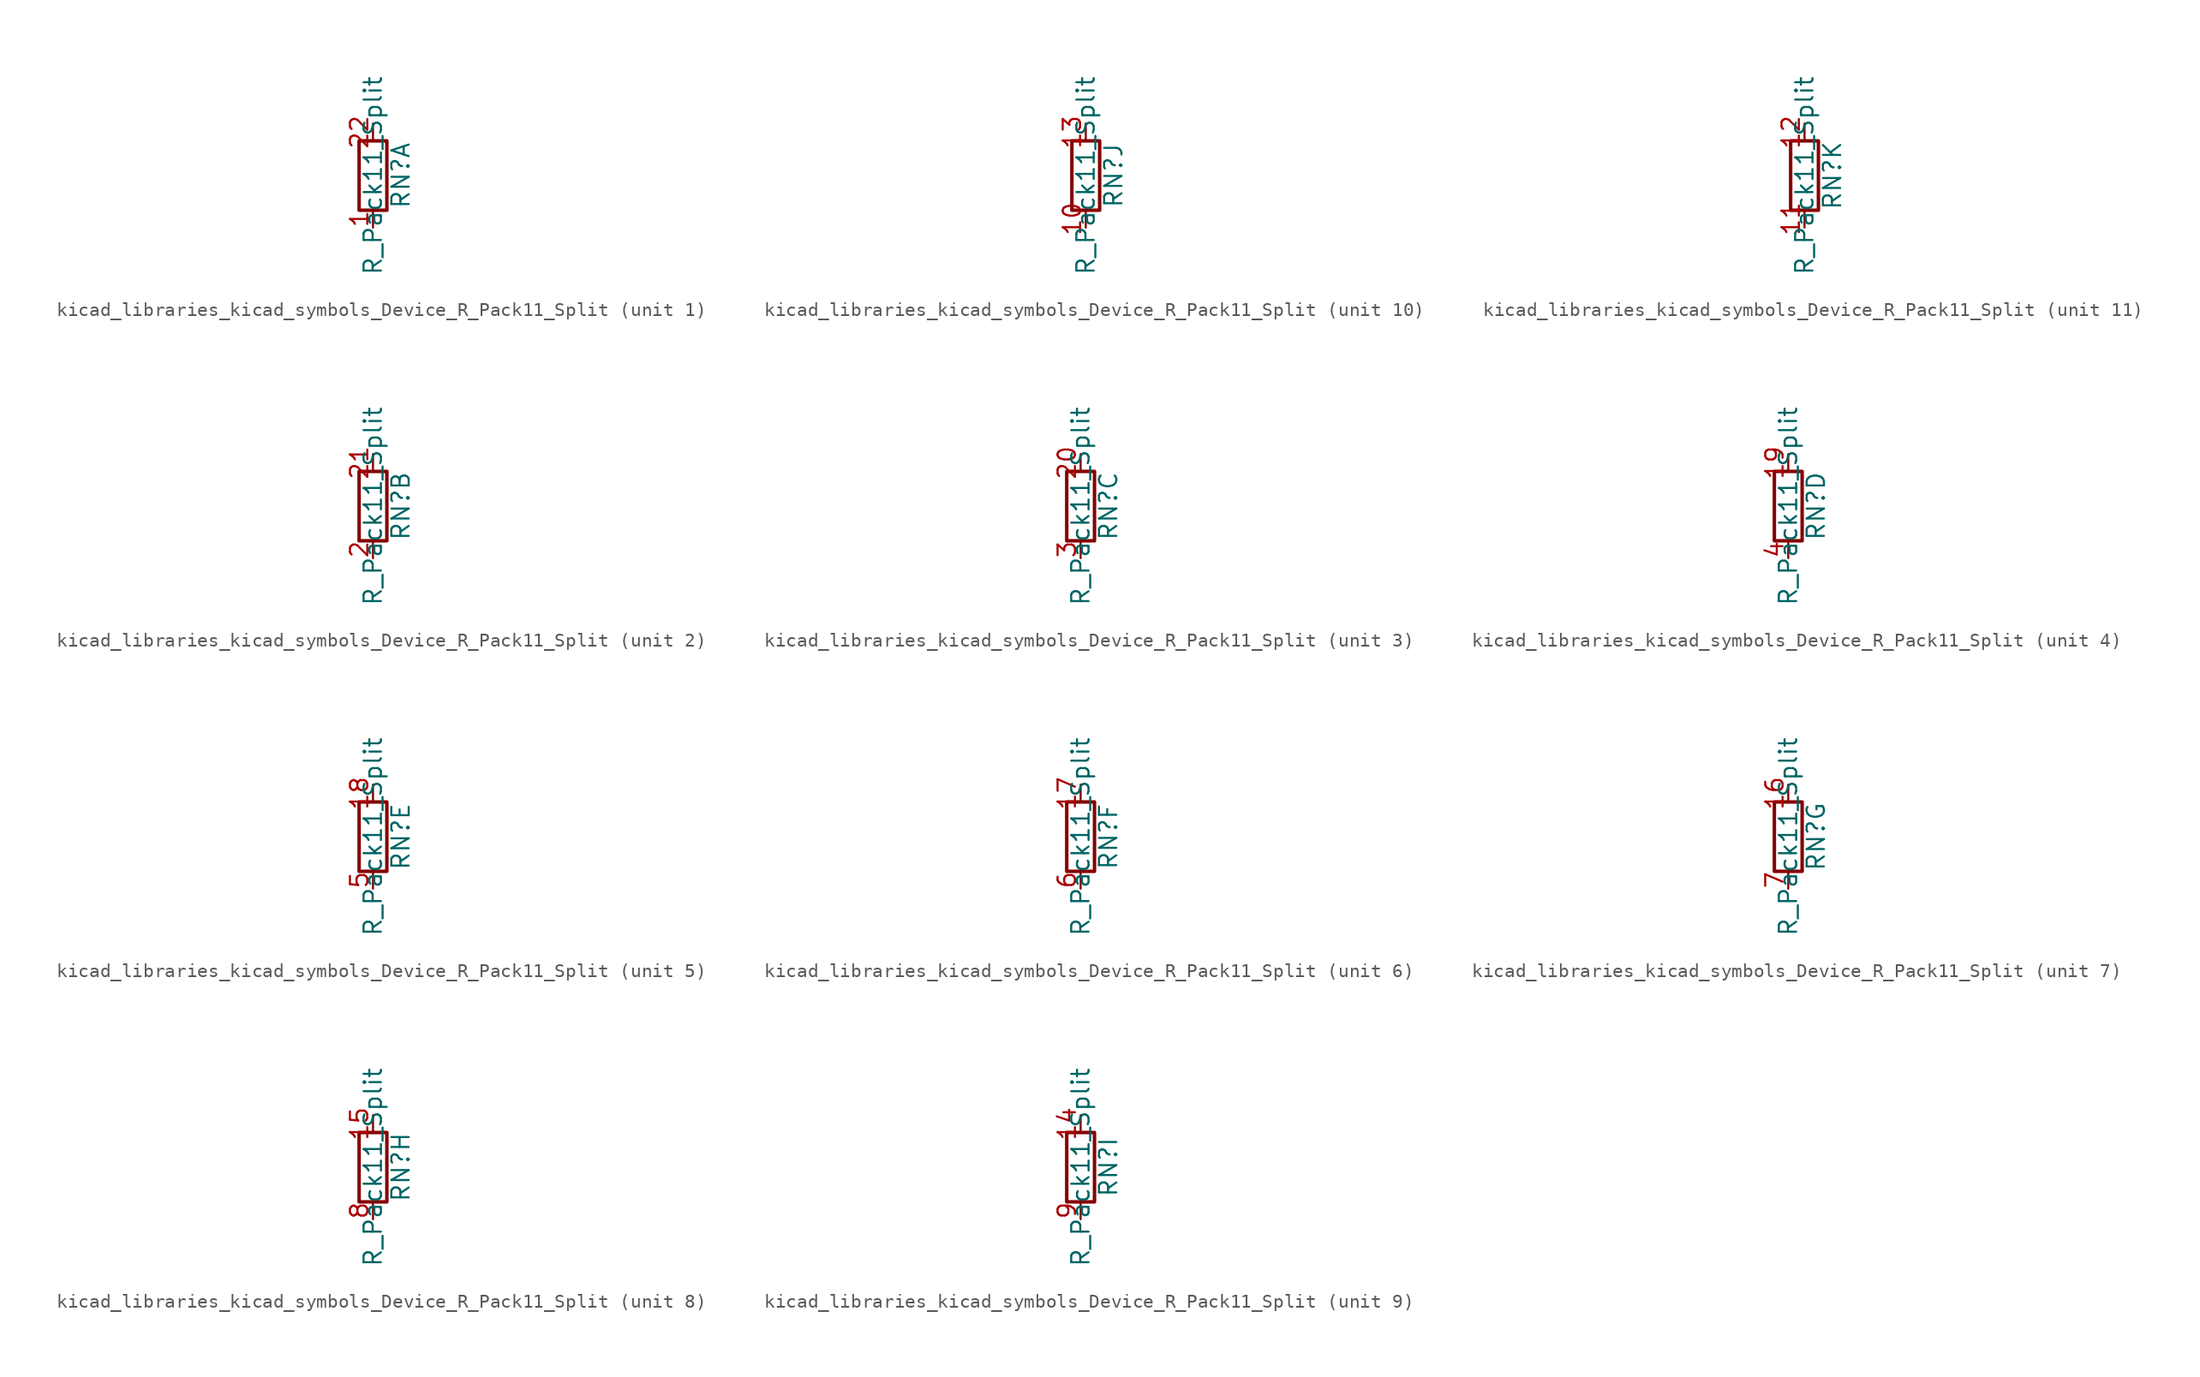
<source format=kicad_sym>
(kicad_symbol_lib
  (version 20220914)
  (generator kicad_symbol_editor)
  (symbol "kicad_libraries_kicad_symbols_Device_R_Pack11_Split"
    (pin_names
      (offset 0) hide)
    (property "Reference" "RN"
      (at 2.032 0 90)
      (effects (font (size 1.27 1.27))))
    (property "Value" "R_Pack11_Split"
      (at 0 0 90)
      (effects (font (size 1.27 1.27))))
    (symbol "kicad_libraries_kicad_symbols_Device_R_Pack11_Split_0_1"
      (rectangle (start 1.016 2.54) (end -1.016 -2.54) (stroke (width 0.254) (type default)) (fill (type none))))
    (symbol "kicad_libraries_kicad_symbols_Device_R_Pack11_Split_1_1"
      (pin passive line (at 0 -3.81 90) (length 1.27) (name "R1.1" (effects (font (size 1.27 1.27)))) (number "1" (effects (font (size 1.27 1.27)))))
      (pin passive line (at 0 3.81 270) (length 1.27) (name "R1.2" (effects (font (size 1.27 1.27)))) (number "22" (effects (font (size 1.27 1.27))))))
    (symbol "kicad_libraries_kicad_symbols_Device_R_Pack11_Split_2_1"
      (pin passive line (at 0 -3.81 90) (length 1.27) (name "R2.1" (effects (font (size 1.27 1.27)))) (number "2" (effects (font (size 1.27 1.27)))))
      (pin passive line (at 0 3.81 270) (length 1.27) (name "R2.2" (effects (font (size 1.27 1.27)))) (number "21" (effects (font (size 1.27 1.27))))))
    (symbol "kicad_libraries_kicad_symbols_Device_R_Pack11_Split_3_1"
      (pin passive line (at 0 3.81 270) (length 1.27) (name "R3.2" (effects (font (size 1.27 1.27)))) (number "20" (effects (font (size 1.27 1.27)))))
      (pin passive line (at 0 -3.81 90) (length 1.27) (name "R3.1" (effects (font (size 1.27 1.27)))) (number "3" (effects (font (size 1.27 1.27))))))
    (symbol "kicad_libraries_kicad_symbols_Device_R_Pack11_Split_4_1"
      (pin passive line (at 0 3.81 270) (length 1.27) (name "R4.2" (effects (font (size 1.27 1.27)))) (number "19" (effects (font (size 1.27 1.27)))))
      (pin passive line (at 0 -3.81 90) (length 1.27) (name "R4.1" (effects (font (size 1.27 1.27)))) (number "4" (effects (font (size 1.27 1.27))))))
    (symbol "kicad_libraries_kicad_symbols_Device_R_Pack11_Split_5_1"
      (pin passive line (at 0 3.81 270) (length 1.27) (name "R5.2" (effects (font (size 1.27 1.27)))) (number "18" (effects (font (size 1.27 1.27)))))
      (pin passive line (at 0 -3.81 90) (length 1.27) (name "R5.1" (effects (font (size 1.27 1.27)))) (number "5" (effects (font (size 1.27 1.27))))))
    (symbol "kicad_libraries_kicad_symbols_Device_R_Pack11_Split_6_1"
      (pin passive line (at 0 3.81 270) (length 1.27) (name "R6.2" (effects (font (size 1.27 1.27)))) (number "17" (effects (font (size 1.27 1.27)))))
      (pin passive line (at 0 -3.81 90) (length 1.27) (name "R6.1" (effects (font (size 1.27 1.27)))) (number "6" (effects (font (size 1.27 1.27))))))
    (symbol "kicad_libraries_kicad_symbols_Device_R_Pack11_Split_7_1"
      (pin passive line (at 0 3.81 270) (length 1.27) (name "R7.2" (effects (font (size 1.27 1.27)))) (number "16" (effects (font (size 1.27 1.27)))))
      (pin passive line (at 0 -3.81 90) (length 1.27) (name "R7.1" (effects (font (size 1.27 1.27)))) (number "7" (effects (font (size 1.27 1.27))))))
    (symbol "kicad_libraries_kicad_symbols_Device_R_Pack11_Split_8_1"
      (pin passive line (at 0 3.81 270) (length 1.27) (name "R8.2" (effects (font (size 1.27 1.27)))) (number "15" (effects (font (size 1.27 1.27)))))
      (pin passive line (at 0 -3.81 90) (length 1.27) (name "R8.1" (effects (font (size 1.27 1.27)))) (number "8" (effects (font (size 1.27 1.27))))))
    (symbol "kicad_libraries_kicad_symbols_Device_R_Pack11_Split_9_1"
      (pin passive line (at 0 3.81 270) (length 1.27) (name "R9.2" (effects (font (size 1.27 1.27)))) (number "14" (effects (font (size 1.27 1.27)))))
      (pin passive line (at 0 -3.81 90) (length 1.27) (name "R9.1" (effects (font (size 1.27 1.27)))) (number "9" (effects (font (size 1.27 1.27))))))
    (symbol "kicad_libraries_kicad_symbols_Device_R_Pack11_Split_10_1"
      (pin passive line (at 0 -3.81 90) (length 1.27) (name "R10.1" (effects (font (size 1.27 1.27)))) (number "10" (effects (font (size 1.27 1.27)))))
      (pin passive line (at 0 3.81 270) (length 1.27) (name "R10.2" (effects (font (size 1.27 1.27)))) (number "13" (effects (font (size 1.27 1.27))))))
    (symbol "kicad_libraries_kicad_symbols_Device_R_Pack11_Split_11_1"
      (pin passive line (at 0 -3.81 90) (length 1.27) (name "R11.1" (effects (font (size 1.27 1.27)))) (number "11" (effects (font (size 1.27 1.27)))))
      (pin passive line (at 0 3.81 270) (length 1.27) (name "R11.2" (effects (font (size 1.27 1.27)))) (number "12" (effects (font (size 1.27 1.27))))))))
</source>
